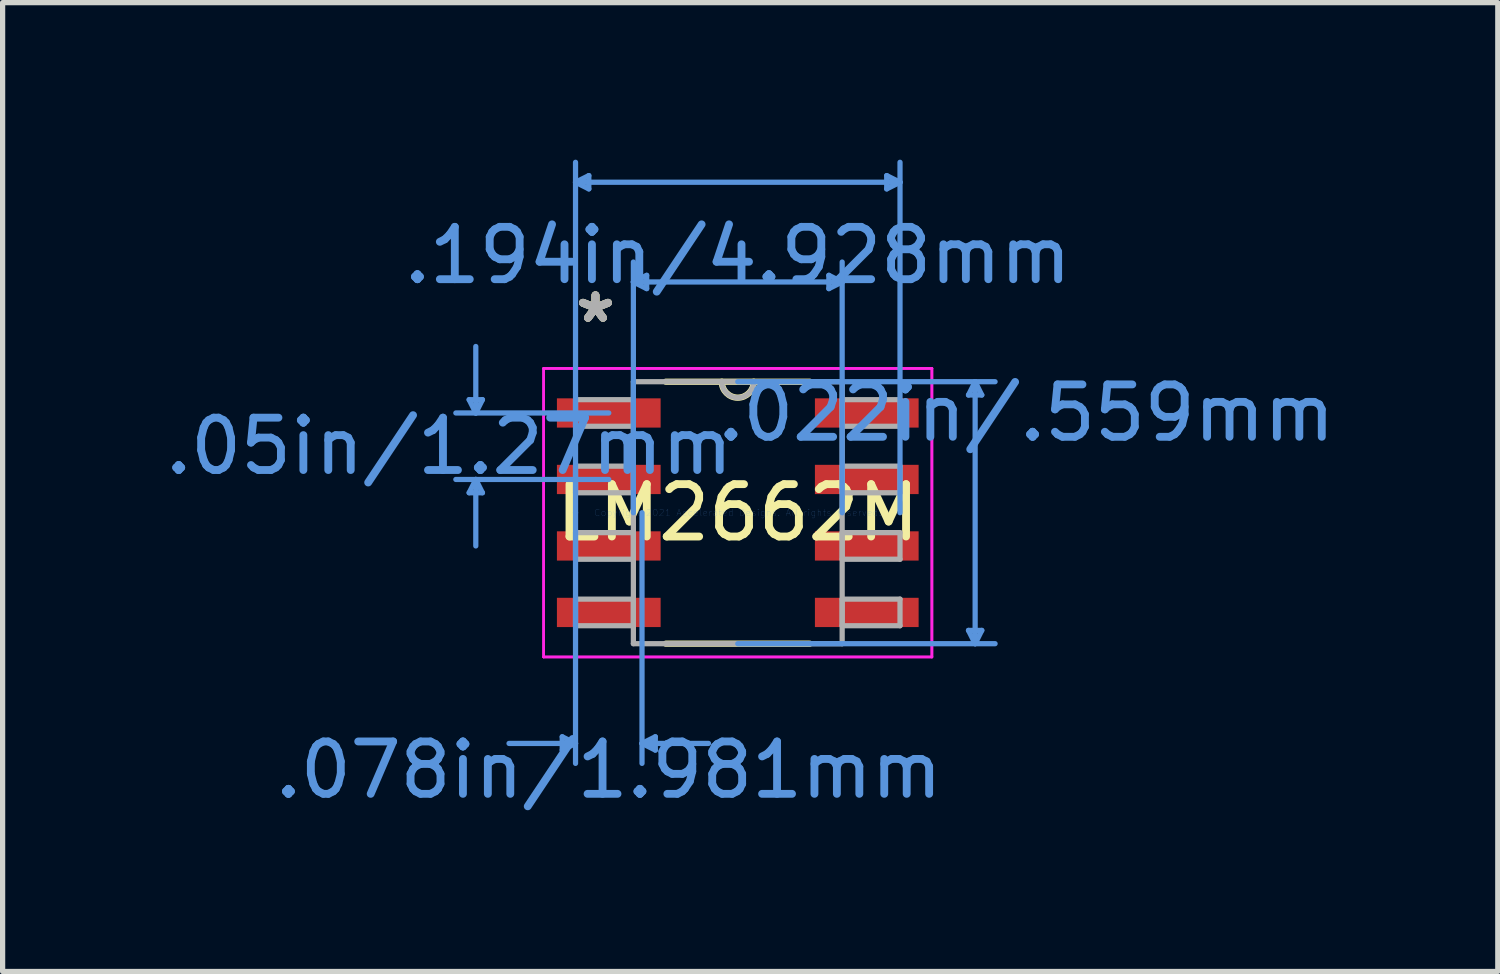
<source format=kicad_pcb>
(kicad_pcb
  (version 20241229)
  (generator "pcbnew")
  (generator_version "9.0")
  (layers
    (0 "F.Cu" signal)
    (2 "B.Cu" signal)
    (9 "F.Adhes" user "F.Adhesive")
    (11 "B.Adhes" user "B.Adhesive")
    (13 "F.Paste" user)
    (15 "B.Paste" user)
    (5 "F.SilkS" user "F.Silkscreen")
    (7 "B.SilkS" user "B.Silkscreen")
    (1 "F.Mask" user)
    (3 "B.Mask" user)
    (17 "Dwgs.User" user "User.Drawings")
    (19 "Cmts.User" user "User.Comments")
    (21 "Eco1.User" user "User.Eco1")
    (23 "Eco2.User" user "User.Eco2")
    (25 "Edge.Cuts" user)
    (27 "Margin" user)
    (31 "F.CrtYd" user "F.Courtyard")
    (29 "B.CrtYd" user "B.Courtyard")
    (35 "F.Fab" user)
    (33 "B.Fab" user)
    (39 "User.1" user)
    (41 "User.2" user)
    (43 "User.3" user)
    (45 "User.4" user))
  (footprint "LM2662M"
    (layer "F.Cu")
    (at 11.042 6.743)
    (property "Reference" "LM2662M" (at 0 0 0) (layer "F.SilkS") (effects (font (size 1 1) (thickness 0.15))))
    (attr through_hole)
    (fp_line (start -1.374 2.502) (end 1.374 2.502) (stroke (width 0.12) (type solid)) (layer "F.SilkS"))
    (fp_line (start 1.374 -2.502) (end -1.374 -2.502) (stroke (width 0.12) (type solid)) (layer "F.SilkS"))
    (fp_arc (start 0.3048 -2.5019) (mid 0 -2.1971) (end -0.3048 -2.5019) (stroke (width 0.12) (type solid)) (layer "F.SilkS"))
    (fp_line (start -5.131 -2.159) (end -4.877 -2.159) (stroke (width 0.1) (type solid)) (layer "Cmts.User"))
    (fp_line (start -5.131 -0.381) (end -4.877 -0.381) (stroke (width 0.1) (type solid)) (layer "Cmts.User"))
    (fp_line (start -5.004 -1.905) (end -5.131 -2.159) (stroke (width 0.1) (type solid)) (layer "Cmts.User"))
    (fp_line (start -5.004 -1.905) (end -5.004 -3.175) (stroke (width 0.1) (type solid)) (layer "Cmts.User"))
    (fp_line (start -5.004 -1.905) (end -4.877 -2.159) (stroke (width 0.1) (type solid)) (layer "Cmts.User"))
    (fp_line (start -5.004 -0.635) (end -5.131 -0.381) (stroke (width 0.1) (type solid)) (layer "Cmts.User"))
    (fp_line (start -5.004 -0.635) (end -5.004 0.635) (stroke (width 0.1) (type solid)) (layer "Cmts.User"))
    (fp_line (start -5.004 -0.635) (end -4.877 -0.381) (stroke (width 0.1) (type solid)) (layer "Cmts.User"))
    (fp_line (start -3.353 4.28) (end -3.353 4.534) (stroke (width 0.1) (type solid)) (layer "Cmts.User"))
    (fp_line (start -3.099 -6.312) (end -2.845 -6.439) (stroke (width 0.1) (type solid)) (layer "Cmts.User"))
    (fp_line (start -3.099 -6.312) (end -2.845 -6.185) (stroke (width 0.1) (type solid)) (layer "Cmts.User"))
    (fp_line (start -3.099 -6.312) (end 3.099 -6.312) (stroke (width 0.1) (type solid)) (layer "Cmts.User"))
    (fp_line (start -3.099 0) (end -3.099 -6.693) (stroke (width 0.1) (type solid)) (layer "Cmts.User"))
    (fp_line (start -3.099 0) (end -3.099 4.788) (stroke (width 0.1) (type solid)) (layer "Cmts.User"))
    (fp_line (start -3.099 4.407) (end -4.369 4.407) (stroke (width 0.1) (type solid)) (layer "Cmts.User"))
    (fp_line (start -3.099 4.407) (end -3.353 4.28) (stroke (width 0.1) (type solid)) (layer "Cmts.User"))
    (fp_line (start -3.099 4.407) (end -3.353 4.534) (stroke (width 0.1) (type solid)) (layer "Cmts.User"))
    (fp_line (start -2.845 -6.439) (end -2.845 -6.185) (stroke (width 0.1) (type solid)) (layer "Cmts.User"))
    (fp_line (start -2.464 -1.905) (end -5.385 -1.905) (stroke (width 0.1) (type solid)) (layer "Cmts.User"))
    (fp_line (start -2.464 -0.635) (end -5.385 -0.635) (stroke (width 0.1) (type solid)) (layer "Cmts.User"))
    (fp_line (start -1.994 -4.407) (end -1.74 -4.534) (stroke (width 0.1) (type solid)) (layer "Cmts.User"))
    (fp_line (start -1.994 -4.407) (end -1.74 -4.28) (stroke (width 0.1) (type solid)) (layer "Cmts.User"))
    (fp_line (start -1.994 -4.407) (end 1.994 -4.407) (stroke (width 0.1) (type solid)) (layer "Cmts.User"))
    (fp_line (start -1.994 0) (end -1.994 -4.788) (stroke (width 0.1) (type solid)) (layer "Cmts.User"))
    (fp_line (start -1.829 0) (end -1.829 4.788) (stroke (width 0.1) (type solid)) (layer "Cmts.User"))
    (fp_line (start -1.829 4.407) (end -1.575 4.28) (stroke (width 0.1) (type solid)) (layer "Cmts.User"))
    (fp_line (start -1.829 4.407) (end -1.575 4.534) (stroke (width 0.1) (type solid)) (layer "Cmts.User"))
    (fp_line (start -1.829 4.407) (end -0.559 4.407) (stroke (width 0.1) (type solid)) (layer "Cmts.User"))
    (fp_line (start -1.74 -4.534) (end -1.74 -4.28) (stroke (width 0.1) (type solid)) (layer "Cmts.User"))
    (fp_line (start -1.575 4.28) (end -1.575 4.534) (stroke (width 0.1) (type solid)) (layer "Cmts.User"))
    (fp_line (start 0 -2.502) (end 4.915 -2.502) (stroke (width 0.1) (type solid)) (layer "Cmts.User"))
    (fp_line (start 0 2.502) (end 4.915 2.502) (stroke (width 0.1) (type solid)) (layer "Cmts.User"))
    (fp_line (start 1.74 -4.534) (end 1.74 -4.28) (stroke (width 0.1) (type solid)) (layer "Cmts.User"))
    (fp_line (start 1.994 -4.407) (end 1.74 -4.534) (stroke (width 0.1) (type solid)) (layer "Cmts.User"))
    (fp_line (start 1.994 -4.407) (end 1.74 -4.28) (stroke (width 0.1) (type solid)) (layer "Cmts.User"))
    (fp_line (start 1.994 0) (end 1.994 -4.788) (stroke (width 0.1) (type solid)) (layer "Cmts.User"))
    (fp_line (start 2.845 -6.439) (end 2.845 -6.185) (stroke (width 0.1) (type solid)) (layer "Cmts.User"))
    (fp_line (start 3.099 -6.312) (end 2.845 -6.439) (stroke (width 0.1) (type solid)) (layer "Cmts.User"))
    (fp_line (start 3.099 -6.312) (end 2.845 -6.185) (stroke (width 0.1) (type solid)) (layer "Cmts.User"))
    (fp_line (start 3.099 0) (end 3.099 -6.693) (stroke (width 0.1) (type solid)) (layer "Cmts.User"))
    (fp_line (start 4.407 -2.248) (end 4.661 -2.248) (stroke (width 0.1) (type solid)) (layer "Cmts.User"))
    (fp_line (start 4.407 2.248) (end 4.661 2.248) (stroke (width 0.1) (type solid)) (layer "Cmts.User"))
    (fp_line (start 4.534 -2.502) (end 4.407 -2.248) (stroke (width 0.1) (type solid)) (layer "Cmts.User"))
    (fp_line (start 4.534 -2.502) (end 4.534 2.502) (stroke (width 0.1) (type solid)) (layer "Cmts.User"))
    (fp_line (start 4.534 -2.502) (end 4.661 -2.248) (stroke (width 0.1) (type solid)) (layer "Cmts.User"))
    (fp_line (start 4.534 2.502) (end 4.407 2.248) (stroke (width 0.1) (type solid)) (layer "Cmts.User"))
    (fp_line (start 4.534 2.502) (end 4.661 2.248) (stroke (width 0.1) (type solid)) (layer "Cmts.User"))
    (fp_line (start -3.708 -2.756) (end 3.708 -2.756) (stroke (width 0.05) (type solid)) (layer "F.CrtYd"))
    (fp_line (start -3.708 -2.756) (end 3.708 -2.756) (stroke (width 0.05) (type solid)) (layer "F.CrtYd"))
    (fp_line (start -3.708 2.756) (end -3.708 -2.756) (stroke (width 0.05) (type solid)) (layer "F.CrtYd"))
    (fp_line (start -3.708 2.756) (end -3.708 -2.756) (stroke (width 0.05) (type solid)) (layer "F.CrtYd"))
    (fp_line (start 3.708 -2.756) (end 3.708 2.756) (stroke (width 0.05) (type solid)) (layer "F.CrtYd"))
    (fp_line (start 3.708 -2.756) (end 3.708 2.756) (stroke (width 0.05) (type solid)) (layer "F.CrtYd"))
    (fp_line (start 3.708 2.756) (end -3.708 2.756) (stroke (width 0.05) (type solid)) (layer "F.CrtYd"))
    (fp_line (start 3.708 2.756) (end -3.708 2.756) (stroke (width 0.05) (type solid)) (layer "F.CrtYd"))
    (fp_line (start -3.099 -2.159) (end -3.099 -1.651) (stroke (width 0.1) (type solid)) (layer "F.Fab"))
    (fp_line (start -3.099 -1.651) (end -1.994 -1.651) (stroke (width 0.1) (type solid)) (layer "F.Fab"))
    (fp_line (start -3.099 -0.889) (end -3.099 -0.381) (stroke (width 0.1) (type solid)) (layer "F.Fab"))
    (fp_line (start -3.099 -0.381) (end -1.994 -0.381) (stroke (width 0.1) (type solid)) (layer "F.Fab"))
    (fp_line (start -3.099 0.381) (end -3.099 0.889) (stroke (width 0.1) (type solid)) (layer "F.Fab"))
    (fp_line (start -3.099 0.889) (end -1.994 0.889) (stroke (width 0.1) (type solid)) (layer "F.Fab"))
    (fp_line (start -3.099 1.651) (end -3.099 2.159) (stroke (width 0.1) (type solid)) (layer "F.Fab"))
    (fp_line (start -3.099 2.159) (end -1.994 2.159) (stroke (width 0.1) (type solid)) (layer "F.Fab"))
    (fp_line (start -1.994 -2.502) (end -1.994 2.502) (stroke (width 0.1) (type solid)) (layer "F.Fab"))
    (fp_line (start -1.994 -2.159) (end -3.099 -2.159) (stroke (width 0.1) (type solid)) (layer "F.Fab"))
    (fp_line (start -1.994 -1.651) (end -1.994 -2.159) (stroke (width 0.1) (type solid)) (layer "F.Fab"))
    (fp_line (start -1.994 -0.889) (end -3.099 -0.889) (stroke (width 0.1) (type solid)) (layer "F.Fab"))
    (fp_line (start -1.994 -0.381) (end -1.994 -0.889) (stroke (width 0.1) (type solid)) (layer "F.Fab"))
    (fp_line (start -1.994 0.381) (end -3.099 0.381) (stroke (width 0.1) (type solid)) (layer "F.Fab"))
    (fp_line (start -1.994 0.889) (end -1.994 0.381) (stroke (width 0.1) (type solid)) (layer "F.Fab"))
    (fp_line (start -1.994 1.651) (end -3.099 1.651) (stroke (width 0.1) (type solid)) (layer "F.Fab"))
    (fp_line (start -1.994 2.159) (end -1.994 1.651) (stroke (width 0.1) (type solid)) (layer "F.Fab"))
    (fp_line (start -1.994 2.502) (end 1.994 2.502) (stroke (width 0.1) (type solid)) (layer "F.Fab"))
    (fp_line (start 1.994 -2.502) (end -1.994 -2.502) (stroke (width 0.1) (type solid)) (layer "F.Fab"))
    (fp_line (start 1.994 -2.159) (end 1.994 -1.651) (stroke (width 0.1) (type solid)) (layer "F.Fab"))
    (fp_line (start 1.994 -1.651) (end 3.099 -1.651) (stroke (width 0.1) (type solid)) (layer "F.Fab"))
    (fp_line (start 1.994 -0.889) (end 1.994 -0.381) (stroke (width 0.1) (type solid)) (layer "F.Fab"))
    (fp_line (start 1.994 -0.381) (end 3.099 -0.381) (stroke (width 0.1) (type solid)) (layer "F.Fab"))
    (fp_line (start 1.994 0.381) (end 1.994 0.889) (stroke (width 0.1) (type solid)) (layer "F.Fab"))
    (fp_line (start 1.994 0.889) (end 3.099 0.889) (stroke (width 0.1) (type solid)) (layer "F.Fab"))
    (fp_line (start 1.994 1.651) (end 1.994 2.159) (stroke (width 0.1) (type solid)) (layer "F.Fab"))
    (fp_line (start 1.994 2.159) (end 3.099 2.159) (stroke (width 0.1) (type solid)) (layer "F.Fab"))
    (fp_line (start 1.994 2.502) (end 1.994 -2.502) (stroke (width 0.1) (type solid)) (layer "F.Fab"))
    (fp_line (start 3.099 -2.159) (end 1.994 -2.159) (stroke (width 0.1) (type solid)) (layer "F.Fab"))
    (fp_line (start 3.099 -1.651) (end 3.099 -2.159) (stroke (width 0.1) (type solid)) (layer "F.Fab"))
    (fp_line (start 3.099 -0.889) (end 1.994 -0.889) (stroke (width 0.1) (type solid)) (layer "F.Fab"))
    (fp_line (start 3.099 -0.381) (end 3.099 -0.889) (stroke (width 0.1) (type solid)) (layer "F.Fab"))
    (fp_line (start 3.099 0.381) (end 1.994 0.381) (stroke (width 0.1) (type solid)) (layer "F.Fab"))
    (fp_line (start 3.099 0.889) (end 3.099 0.381) (stroke (width 0.1) (type solid)) (layer "F.Fab"))
    (fp_line (start 3.099 1.651) (end 1.994 1.651) (stroke (width 0.1) (type solid)) (layer "F.Fab"))
    (fp_line (start 3.099 2.159) (end 3.099 1.651) (stroke (width 0.1) (type solid)) (layer "F.Fab"))
    (fp_arc (start 0.3048 -2.5019) (mid 0 -2.1971) (end -0.3048 -2.5019) (stroke (width 0.1) (type solid)) (layer "F.Fab"))
    (fp_text user "*" (at -2.718 -3.607 0) (layer "F.SilkS") (effects (font (size 1 1) (thickness 0.15))))
    (fp_text user "*" (at -2.718 -3.607 0) (layer "F.SilkS") (effects (font (size 1 1) (thickness 0.15))))
    (fp_text user ".194in/4.928mm" (at 0 -4.915 0) (layer "Cmts.User") (effects (font (size 1 1) (thickness 0.15))))
    (fp_text user ".022in/.559mm" (at 5.512 -1.905 0) (layer "Cmts.User") (effects (font (size 1 1) (thickness 0.15))))
    (fp_text user ".078in/1.981mm" (at -2.464 4.915 0) (layer "Cmts.User") (effects (font (size 1 1) (thickness 0.15))))
    (fp_text user ".05in/1.27mm" (at -5.512 -1.27 0) (layer "Cmts.User") (effects (font (size 1 1) (thickness 0.15))))
    (fp_text user "Copyright 2021 Accelerated Designs. All rights reserved." (at 0 0 0) (layer "Cmts.User") (effects (font (size 0.127 0.127) (thickness 0.002))))
    (fp_text user "*" (at -2.718 -3.607 0) (layer "F.Fab") (effects (font (size 1 1) (thickness 0.15))))
    (fp_text user "*" (at -2.718 -3.607 0) (layer "F.Fab") (effects (font (size 1 1) (thickness 0.15))))
    (pad "1" smd rect (at -2.464 -1.905) (size 1.981 0.559) (layers "F.Cu" "F.Mask" "F.Paste"))
    (pad "2" smd rect (at -2.464 -0.635) (size 1.981 0.559) (layers "F.Cu" "F.Mask" "F.Paste"))
    (pad "3" smd rect (at -2.464 0.635) (size 1.981 0.559) (layers "F.Cu" "F.Mask" "F.Paste"))
    (pad "4" smd rect (at -2.464 1.905) (size 1.981 0.559) (layers "F.Cu" "F.Mask" "F.Paste"))
    (pad "5" smd rect (at 2.464 1.905) (size 1.981 0.559) (layers "F.Cu" "F.Mask" "F.Paste"))
    (pad "6" smd rect (at 2.464 0.635) (size 1.981 0.559) (layers "F.Cu" "F.Mask" "F.Paste"))
    (pad "7" smd rect (at 2.464 -0.635) (size 1.981 0.559) (layers "F.Cu" "F.Mask" "F.Paste"))
    (pad "8" smd rect (at 2.464 -1.905) (size 1.981 0.559) (layers "F.Cu" "F.Mask" "F.Paste")))
  (gr_rect
    (start -3 -3)
    (end 25.559 15.506)
    (stroke (width 0.1) (type default))
    (fill no)
    (layer "Edge.Cuts")))
</source>
